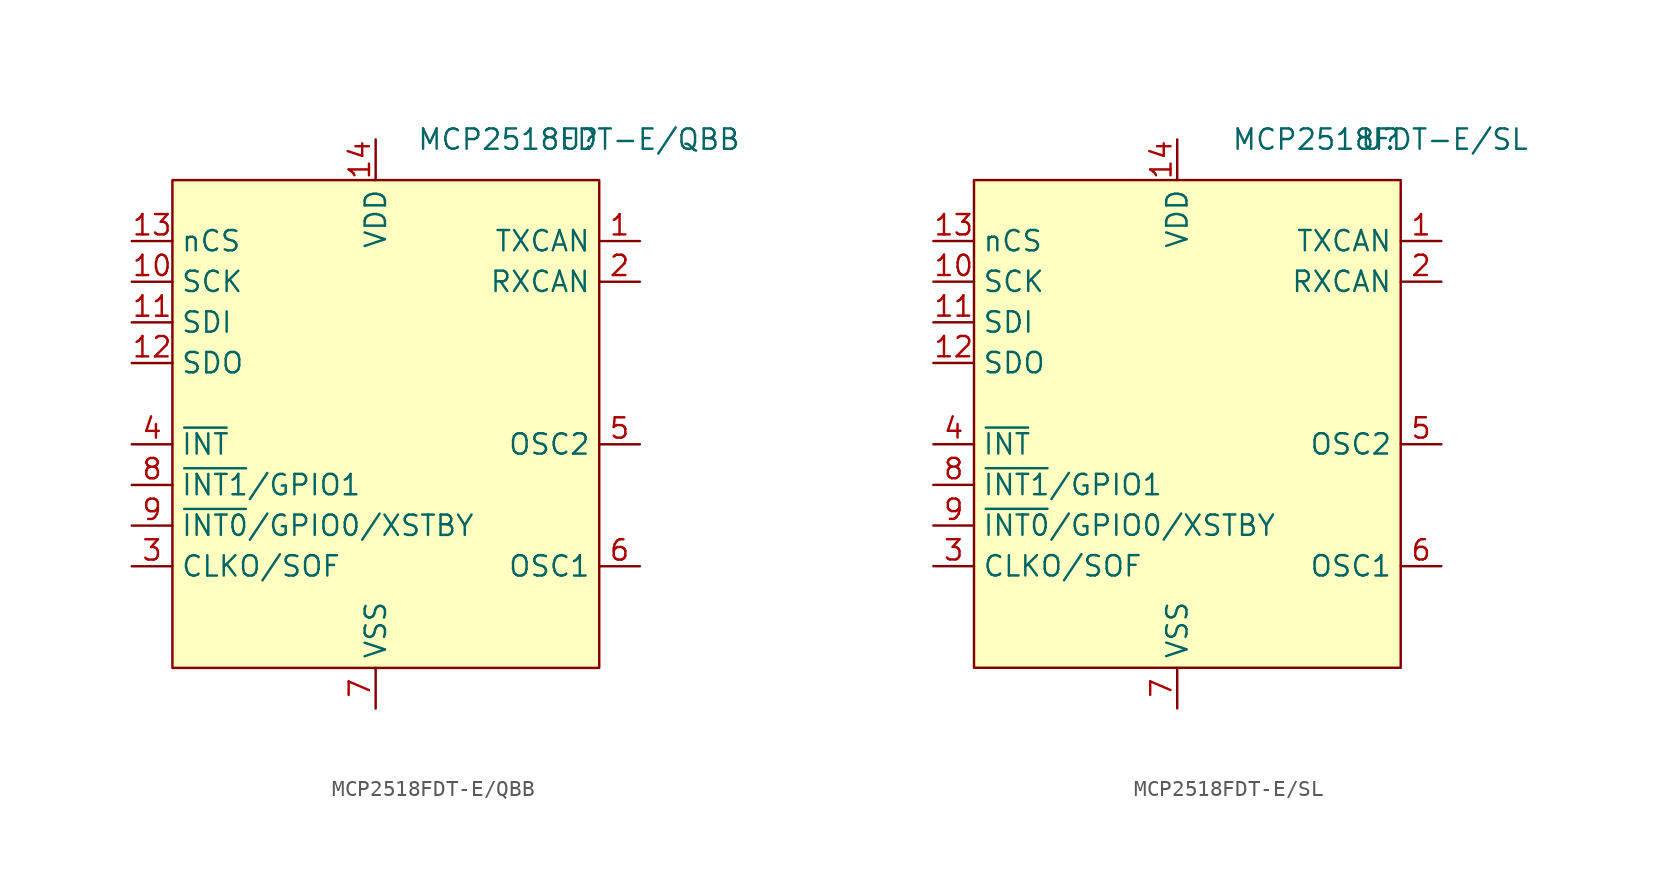
<source format=kicad_sym>
(kicad_symbol_lib
  (version 20220914)
  (generator kicad_symbol_editor)
  (symbol "MCP2518FDT-E/QBB"
    (property "Reference" "U"
      (at 12.7 16.51 0)
      (effects (font (size 1.27 1.27))))
    (property "Value" "MCP2518FDT-E/QBB"
      (at 12.7 16.51 0)
      (effects (font (size 1.27 1.27))))
    (symbol "MCP2518FDT-E/QBB_1_1"
      (rectangle (start -12.7 13.97) (end 13.97 -16.51) (stroke (width 0) (type default)) (fill (type background)))
      (pin output line (at 16.51 10.16 180) (length 2.54) (name "TXCAN" (effects (font (size 1.27 1.27)))) (number "1" (effects (font (size 1.27 1.27)))))
      (pin input line (at -15.24 7.62 0) (length 2.54) (name "SCK" (effects (font (size 1.27 1.27)))) (number "10" (effects (font (size 1.27 1.27)))))
      (pin input line (at -15.24 5.08 0) (length 2.54) (name "SDI" (effects (font (size 1.27 1.27)))) (number "11" (effects (font (size 1.27 1.27)))))
      (pin output line (at -15.24 2.54 0) (length 2.54) (name "SDO" (effects (font (size 1.27 1.27)))) (number "12" (effects (font (size 1.27 1.27)))))
      (pin input line (at -15.24 10.16 0) (length 2.54) (name "nCS" (effects (font (size 1.27 1.27)))) (number "13" (effects (font (size 1.27 1.27)))))
      (pin power_in line (at 0 16.51 270) (length 2.54) (name "VDD" (effects (font (size 1.27 1.27)))) (number "14" (effects (font (size 1.27 1.27)))))
      (pin input line (at 16.51 7.62 180) (length 2.54) (name "RXCAN" (effects (font (size 1.27 1.27)))) (number "2" (effects (font (size 1.27 1.27)))))
      (pin output line (at -15.24 -10.16 0) (length 2.54) (name "CLKO/SOF" (effects (font (size 1.27 1.27)))) (number "3" (effects (font (size 1.27 1.27)))))
      (pin output line (at -15.24 -2.54 0) (length 2.54) (name "~{INT}" (effects (font (size 1.27 1.27)))) (number "4" (effects (font (size 1.27 1.27)))))
      (pin output line (at 16.51 -2.54 180) (length 2.54) (name "OSC2" (effects (font (size 1.27 1.27)))) (number "5" (effects (font (size 1.27 1.27)))))
      (pin input line (at 16.51 -10.16 180) (length 2.54) (name "OSC1" (effects (font (size 1.27 1.27)))) (number "6" (effects (font (size 1.27 1.27)))))
      (pin power_in line (at 0 -19.05 90) (length 2.54) (name "VSS" (effects (font (size 1.27 1.27)))) (number "7" (effects (font (size 1.27 1.27)))))
      (pin bidirectional line (at -15.24 -5.08 0) (length 2.54) (name "~{INT1}/GPIO1" (effects (font (size 1.27 1.27)))) (number "8" (effects (font (size 1.27 1.27)))))
      (pin bidirectional line (at -15.24 -7.62 0) (length 2.54) (name "~{INT0}/GPIO0/XSTBY" (effects (font (size 1.27 1.27)))) (number "9" (effects (font (size 1.27 1.27)))))))
  (symbol "MCP2518FDT-E/SL"
    (property "Reference" "U"
      (at 12.7 16.51 0)
      (effects (font (size 1.27 1.27))))
    (property "Value" "MCP2518FDT-E/SL"
      (at 12.7 16.51 0)
      (effects (font (size 1.27 1.27))))
    (symbol "MCP2518FDT-E/SL_1_1"
      (rectangle (start -12.7 13.97) (end 13.97 -16.51) (stroke (width 0) (type default)) (fill (type background)))
      (pin output line (at 16.51 10.16 180) (length 2.54) (name "TXCAN" (effects (font (size 1.27 1.27)))) (number "1" (effects (font (size 1.27 1.27)))))
      (pin input line (at -15.24 7.62 0) (length 2.54) (name "SCK" (effects (font (size 1.27 1.27)))) (number "10" (effects (font (size 1.27 1.27)))))
      (pin input line (at -15.24 5.08 0) (length 2.54) (name "SDI" (effects (font (size 1.27 1.27)))) (number "11" (effects (font (size 1.27 1.27)))))
      (pin output line (at -15.24 2.54 0) (length 2.54) (name "SDO" (effects (font (size 1.27 1.27)))) (number "12" (effects (font (size 1.27 1.27)))))
      (pin input line (at -15.24 10.16 0) (length 2.54) (name "nCS" (effects (font (size 1.27 1.27)))) (number "13" (effects (font (size 1.27 1.27)))))
      (pin power_in line (at 0 16.51 270) (length 2.54) (name "VDD" (effects (font (size 1.27 1.27)))) (number "14" (effects (font (size 1.27 1.27)))))
      (pin input line (at 16.51 7.62 180) (length 2.54) (name "RXCAN" (effects (font (size 1.27 1.27)))) (number "2" (effects (font (size 1.27 1.27)))))
      (pin output line (at -15.24 -10.16 0) (length 2.54) (name "CLKO/SOF" (effects (font (size 1.27 1.27)))) (number "3" (effects (font (size 1.27 1.27)))))
      (pin output line (at -15.24 -2.54 0) (length 2.54) (name "~{INT}" (effects (font (size 1.27 1.27)))) (number "4" (effects (font (size 1.27 1.27)))))
      (pin output line (at 16.51 -2.54 180) (length 2.54) (name "OSC2" (effects (font (size 1.27 1.27)))) (number "5" (effects (font (size 1.27 1.27)))))
      (pin input line (at 16.51 -10.16 180) (length 2.54) (name "OSC1" (effects (font (size 1.27 1.27)))) (number "6" (effects (font (size 1.27 1.27)))))
      (pin power_in line (at 0 -19.05 90) (length 2.54) (name "VSS" (effects (font (size 1.27 1.27)))) (number "7" (effects (font (size 1.27 1.27)))))
      (pin bidirectional line (at -15.24 -5.08 0) (length 2.54) (name "~{INT1}/GPIO1" (effects (font (size 1.27 1.27)))) (number "8" (effects (font (size 1.27 1.27)))))
      (pin bidirectional line (at -15.24 -7.62 0) (length 2.54) (name "~{INT0}/GPIO0/XSTBY" (effects (font (size 1.27 1.27)))) (number "9" (effects (font (size 1.27 1.27))))))))
</source>
